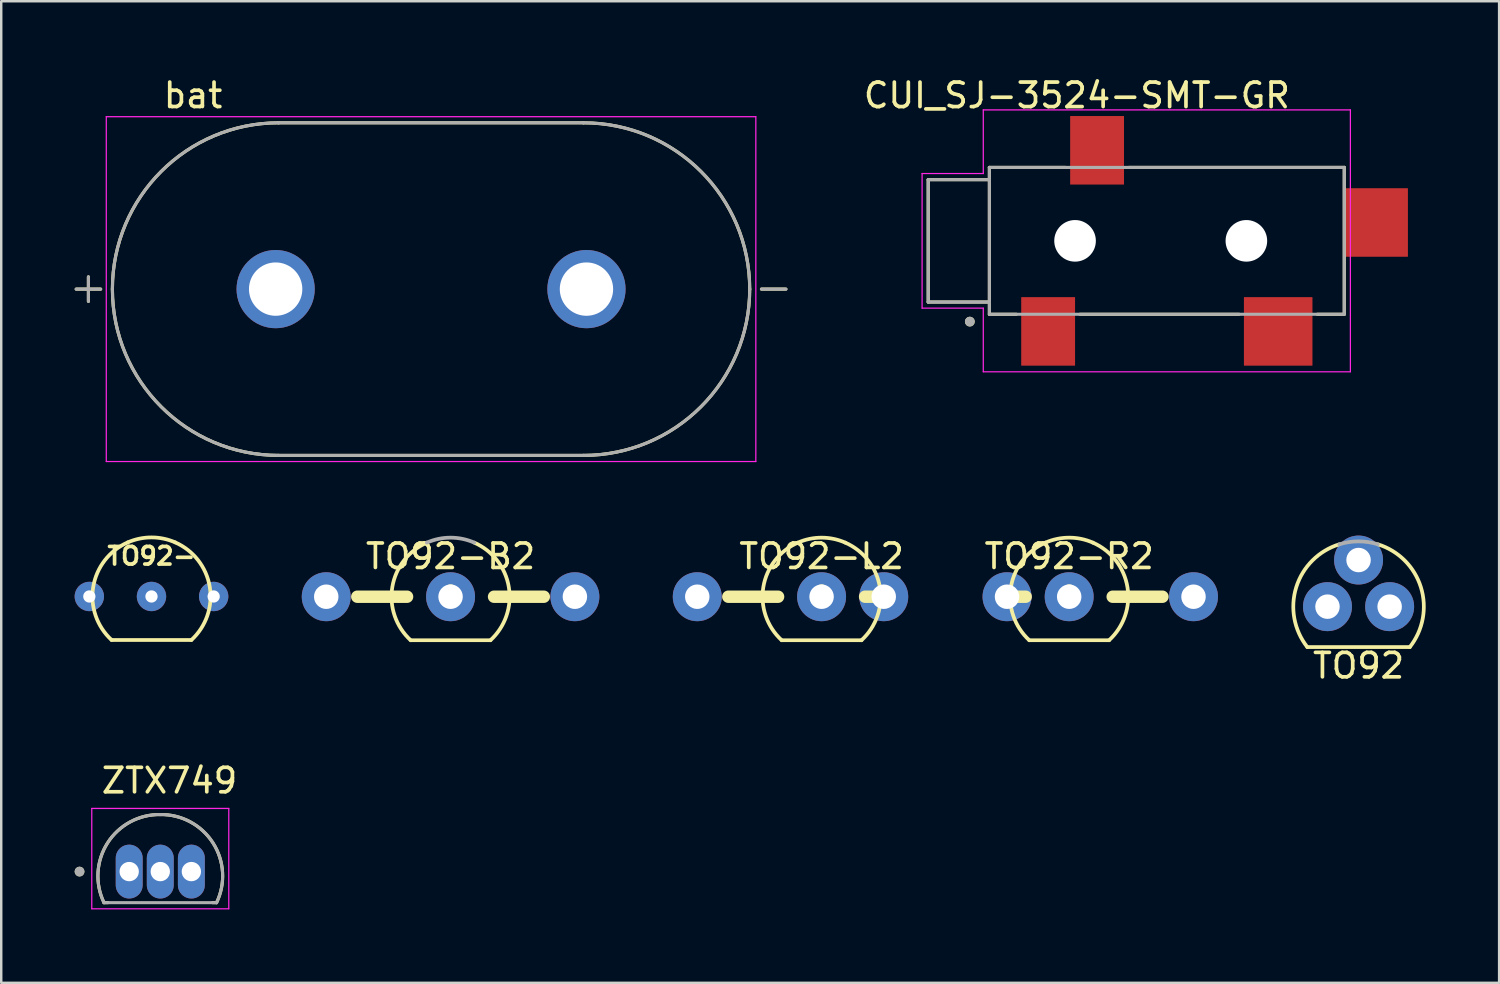
<source format=kicad_pcb>
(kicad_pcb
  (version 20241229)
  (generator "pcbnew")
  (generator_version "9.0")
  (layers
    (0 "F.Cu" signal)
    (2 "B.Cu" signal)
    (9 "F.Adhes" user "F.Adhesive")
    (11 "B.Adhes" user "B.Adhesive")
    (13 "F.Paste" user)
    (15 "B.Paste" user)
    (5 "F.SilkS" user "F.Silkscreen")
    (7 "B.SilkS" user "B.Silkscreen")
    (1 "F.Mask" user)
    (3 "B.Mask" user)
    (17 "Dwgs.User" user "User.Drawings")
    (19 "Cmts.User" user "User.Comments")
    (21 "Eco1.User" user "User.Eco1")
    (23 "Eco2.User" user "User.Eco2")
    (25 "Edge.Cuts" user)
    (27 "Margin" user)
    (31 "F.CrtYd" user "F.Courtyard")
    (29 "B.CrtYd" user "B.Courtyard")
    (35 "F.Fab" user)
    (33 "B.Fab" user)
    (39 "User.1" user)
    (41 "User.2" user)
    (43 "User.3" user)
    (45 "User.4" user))
  (footprint "ZTX749"
    (layer "F.Cu")
    (at 3.499 32.563)
    (property "Reference" "ZTX749" (at 0.376 -3.715 0) (layer "F.SilkS") (effects (font (size 1 1) (thickness 0.15))))
    (attr through_hole)
    (fp_line (start -2.3 1.27) (end -2.14 1.27) (stroke (width 0.127) (type solid)) (layer "F.SilkS"))
    (fp_line (start 2.14 1.27) (end 2.3 1.27) (stroke (width 0.127) (type solid)) (layer "F.SilkS"))
    (fp_arc (start -2.300001 1.27) (mid -2.153566 -1.171167) (end 0 -2.33) (stroke (width 0.127) (type solid)) (layer "F.SilkS"))
    (fp_arc (start 0 -2.33) (mid 2.153565 -1.171167) (end 2.300001 1.27) (stroke (width 0.127) (type solid)) (layer "F.SilkS"))
    (fp_circle (center -3.299 0) (end -3.199 0) (stroke (width 0.2) (type solid)) (fill no) (layer "F.SilkS"))
    (fp_line (start -2.799 -2.58) (end -2.799 1.52) (stroke (width 0.05) (type solid)) (layer "F.CrtYd"))
    (fp_line (start -2.799 1.52) (end 2.799 1.52) (stroke (width 0.05) (type solid)) (layer "F.CrtYd"))
    (fp_line (start 2.799 -2.58) (end -2.799 -2.58) (stroke (width 0.05) (type solid)) (layer "F.CrtYd"))
    (fp_line (start 2.799 1.52) (end 2.799 -2.58) (stroke (width 0.05) (type solid)) (layer "F.CrtYd"))
    (fp_line (start -2.3 1.27) (end 2.3 1.27) (stroke (width 0.127) (type solid)) (layer "F.Fab"))
    (fp_arc (start -2.300001 1.27) (mid -2.153566 -1.171167) (end 0 -2.33) (stroke (width 0.127) (type solid)) (layer "F.Fab"))
    (fp_arc (start 0 -2.33) (mid 2.153565 -1.171167) (end 2.300001 1.27) (stroke (width 0.127) (type solid)) (layer "F.Fab"))
    (fp_circle (center -3.299 0) (end -3.199 0) (stroke (width 0.2) (type solid)) (fill no) (layer "F.Fab"))
    (pad "1" thru_hole oval (at -1.27 0) (size 1.1 2.2) (drill 0.79) (layers "*.Cu" "*.Mask"))
    (pad "2" thru_hole oval (at 0 0) (size 1.1 2.2) (drill 0.79) (layers "*.Cu" "*.Mask"))
    (pad "3" thru_hole oval (at 1.27 0) (size 1.1 2.2) (drill 0.79) (layers "*.Cu" "*.Mask")))
  (footprint "TO92-"
    (layer "F.Cu")
    (at 3.14 21.322)
    (property "Reference" "TO92-" (at 0 -1.651 0) (layer "F.SilkS") (effects (font (size 0.72 0.72) (thickness 0.15))))
    (attr through_hole)
    (fp_line (start -1.631 1.778) (end 1.631 1.778) (stroke (width 0.152) (type solid)) (layer "F.SilkS"))
    (fp_arc (start -1.631001 1.778) (mid -2.380096 -0.395238) (end -0.9689 -2.2098) (stroke (width 0.1524) (type solid)) (layer "F.SilkS"))
    (fp_arc (start -0.9692 -2.2098) (mid 0 -2.412999) (end 0.9692 -2.2098) (stroke (width 0.1524) (type solid)) (layer "F.SilkS"))
    (fp_arc (start 0.9689 -2.209799) (mid 2.380094 -0.395238) (end 1.631 1.778) (stroke (width 0.1524) (type solid)) (layer "F.SilkS"))
    (pad "1" thru_hole circle (at 2.54 0) (size 1.2 1.2) (drill 0.5) (layers "*.Cu" "*.Mask"))
    (pad "2" thru_hole circle (at 0 0) (size 1.2 1.2) (drill 0.5) (layers "*.Cu" "*.Mask"))
    (pad "3" thru_hole circle (at -2.54 0) (size 1.2 1.2) (drill 0.5) (layers "*.Cu" "*.Mask")))
  (footprint "CUI_SJ-3524-SMT-GR"
    (layer "F.Cu")
    (at 40.877 6.791)
    (property "Reference" "CUI_SJ-3524-SMT-GR" (at 0.075 -5.942 0) (layer "F.SilkS") (effects (font (size 1.001 1.001) (thickness 0.15))))
    (attr smd)
    (fp_line (start -6 -2.5) (end -6 2.5) (stroke (width 0.127) (type solid)) (layer "F.SilkS"))
    (fp_line (start -6 2.5) (end -3.5 2.5) (stroke (width 0.127) (type solid)) (layer "F.SilkS"))
    (fp_line (start -3.5 -3) (end -0.4 -3) (stroke (width 0.127) (type solid)) (layer "F.SilkS"))
    (fp_line (start -3.5 -2.5) (end -6 -2.5) (stroke (width 0.127) (type solid)) (layer "F.SilkS"))
    (fp_line (start -3.5 -2.5) (end -3.5 -3) (stroke (width 0.127) (type solid)) (layer "F.SilkS"))
    (fp_line (start -3.5 2.5) (end -3.5 -2.5) (stroke (width 0.127) (type solid)) (layer "F.SilkS"))
    (fp_line (start -3.5 3) (end -3.5 2.5) (stroke (width 0.127) (type solid)) (layer "F.SilkS"))
    (fp_line (start -3.5 3) (end -2.4 3) (stroke (width 0.127) (type solid)) (layer "F.SilkS"))
    (fp_line (start 0.2 3) (end 6.7 3) (stroke (width 0.127) (type solid)) (layer "F.SilkS"))
    (fp_line (start 2.2 -3) (end 11 -3) (stroke (width 0.127) (type solid)) (layer "F.SilkS"))
    (fp_line (start 9.9 3) (end 11 3) (stroke (width 0.127) (type solid)) (layer "F.SilkS"))
    (fp_line (start 11 -3) (end 11 3) (stroke (width 0.127) (type solid)) (layer "F.SilkS"))
    (fp_circle (center -4.3 3.3) (end -4.2 3.3) (stroke (width 0.2) (type solid)) (fill no) (layer "F.SilkS"))
    (fp_line (start -6.25 -2.75) (end -6.25 2.75) (stroke (width 0.05) (type solid)) (layer "F.CrtYd"))
    (fp_line (start -6.25 2.75) (end -3.75 2.75) (stroke (width 0.05) (type solid)) (layer "F.CrtYd"))
    (fp_line (start -3.75 -5.35) (end -3.75 -2.75) (stroke (width 0.05) (type solid)) (layer "F.CrtYd"))
    (fp_line (start -3.75 -5.35) (end 11.25 -5.35) (stroke (width 0.05) (type solid)) (layer "F.CrtYd"))
    (fp_line (start -3.75 -2.75) (end -6.25 -2.75) (stroke (width 0.05) (type solid)) (layer "F.CrtYd"))
    (fp_line (start -3.75 2.75) (end -3.75 5.35) (stroke (width 0.05) (type solid)) (layer "F.CrtYd"))
    (fp_line (start 11.25 -5.35) (end 11.25 5.35) (stroke (width 0.05) (type solid)) (layer "F.CrtYd"))
    (fp_line (start 11.25 5.35) (end -3.75 5.35) (stroke (width 0.05) (type solid)) (layer "F.CrtYd"))
    (fp_line (start -6 -2.5) (end -6 2.5) (stroke (width 0.127) (type solid)) (layer "F.Fab"))
    (fp_line (start -6 2.5) (end -3.5 2.5) (stroke (width 0.127) (type solid)) (layer "F.Fab"))
    (fp_line (start -3.5 -3) (end 11 -3) (stroke (width 0.127) (type solid)) (layer "F.Fab"))
    (fp_line (start -3.5 -2.5) (end -6 -2.5) (stroke (width 0.127) (type solid)) (layer "F.Fab"))
    (fp_line (start -3.5 3) (end -3.5 -3) (stroke (width 0.127) (type solid)) (layer "F.Fab"))
    (fp_line (start 11 -3) (end 11 3) (stroke (width 0.127) (type solid)) (layer "F.Fab"))
    (fp_line (start 11 3) (end -3.5 3) (stroke (width 0.127) (type solid)) (layer "F.Fab"))
    (fp_circle (center -4.3 3.3) (end -4.2 3.3) (stroke (width 0.2) (type solid)) (fill no) (layer "F.Fab"))
    (pad "" np_thru_hole circle (at 0 0) (size 1.7 1.7) (drill 1.7) (layers "*.Cu" "*.Mask"))
    (pad "" np_thru_hole circle (at 7 0) (size 1.7 1.7) (drill 1.7) (layers "*.Cu" "*.Mask"))
    (pad "1" smd rect (at -1.1 3.7) (size 2.2 2.8) (layers "F.Cu" "F.Mask" "F.Paste"))
    (pad "2" smd rect (at 8.3 3.7) (size 2.8 2.8) (layers "F.Cu" "F.Mask" "F.Paste"))
    (pad "3" smd rect (at 0.9 -3.7) (size 2.2 2.8) (layers "F.Cu" "F.Mask" "F.Paste"))
    (pad "4" smd rect (at 12.3 -0.75) (size 2.6 2.8) (layers "F.Cu" "F.Mask" "F.Paste")))
  (footprint "TO92-L2"
    (layer "F.Cu")
    (at 30.52 21.332)
    (property "Reference" "TO92-L2" (at 0 -1.651 0) (layer "F.SilkS") (effects (font (size 1 1) (thickness 0.15))))
    (attr through_hole)
    (fp_line (start -3.81 0) (end -1.778 0) (stroke (width 0.508) (type solid)) (layer "F.SilkS"))
    (fp_line (start -1.631 1.778) (end 1.631 1.778) (stroke (width 0.152) (type solid)) (layer "F.SilkS"))
    (fp_line (start 0 0) (end 0 -0.254) (stroke (width 0.508) (type solid)) (layer "F.SilkS"))
    (fp_line (start 2.54 0) (end 1.778 0) (stroke (width 0.508) (type solid)) (layer "F.SilkS"))
    (fp_arc (start -1.631001 1.778) (mid -2.380096 -0.395238) (end -0.9689 -2.2098) (stroke (width 0.1524) (type solid)) (layer "F.SilkS"))
    (fp_arc (start -0.9692 -2.2098) (mid 0 -2.412999) (end 0.9692 -2.2098) (stroke (width 0.1524) (type solid)) (layer "F.SilkS"))
    (fp_arc (start 0.9689 -2.209799) (mid 2.380094 -0.395238) (end 1.631 1.778) (stroke (width 0.1524) (type solid)) (layer "F.SilkS"))
    (pad "1" thru_hole circle (at 2.54 0) (size 2 2) (drill 1) (layers "*.Cu" "*.Mask"))
    (pad "2" thru_hole circle (at 0 0) (size 2 2) (drill 1) (layers "*.Cu" "*.Mask"))
    (pad "3" thru_hole circle (at -5.08 0) (size 2 2) (drill 1) (layers "*.Cu" "*.Mask")))
  (footprint "TO92-R2"
    (layer "F.Cu")
    (at 40.637 21.332)
    (property "Reference" "TO92-R2" (at 0 -1.651 0) (layer "F.SilkS") (effects (font (size 1 1) (thickness 0.15))))
    (attr through_hole)
    (fp_line (start -2.54 0) (end -1.778 0) (stroke (width 0.508) (type solid)) (layer "F.SilkS"))
    (fp_line (start -1.631 1.778) (end 1.631 1.778) (stroke (width 0.152) (type solid)) (layer "F.SilkS"))
    (fp_line (start 0 0) (end 0 -0.254) (stroke (width 0.508) (type solid)) (layer "F.SilkS"))
    (fp_line (start 3.81 0) (end 1.778 0) (stroke (width 0.508) (type solid)) (layer "F.SilkS"))
    (fp_arc (start -1.631001 1.778) (mid -2.380096 -0.395238) (end -0.9689 -2.2098) (stroke (width 0.1524) (type solid)) (layer "F.SilkS"))
    (fp_arc (start -0.9692 -2.2098) (mid 0 -2.412999) (end 0.9692 -2.2098) (stroke (width 0.1524) (type solid)) (layer "F.SilkS"))
    (fp_arc (start 0.9689 -2.209799) (mid 2.380094 -0.395238) (end 1.631 1.778) (stroke (width 0.1524) (type solid)) (layer "F.SilkS"))
    (pad "1" thru_hole circle (at 5.08 0) (size 2 2) (drill 1) (layers "*.Cu" "*.Mask"))
    (pad "2" thru_hole circle (at 0 0) (size 2 2) (drill 1) (layers "*.Cu" "*.Mask"))
    (pad "3" thru_hole circle (at -2.54 0) (size 2 2) (drill 1) (layers "*.Cu" "*.Mask")))
  (footprint "TO92-B2"
    (layer "F.Cu")
    (at 15.36 21.332)
    (property "Reference" "TO92-B2" (at 0 -1.651 0) (layer "F.SilkS") (effects (font (size 1 1) (thickness 0.15))))
    (attr through_hole)
    (fp_line (start -3.81 0) (end -1.778 0) (stroke (width 0.508) (type solid)) (layer "F.SilkS"))
    (fp_line (start -1.631 1.778) (end 1.631 1.778) (stroke (width 0.152) (type solid)) (layer "F.SilkS"))
    (fp_line (start 0 0) (end 0 -0.254) (stroke (width 0.508) (type solid)) (layer "F.SilkS"))
    (fp_line (start 3.81 0) (end 1.778 0) (stroke (width 0.508) (type solid)) (layer "F.SilkS"))
    (fp_arc (start -1.631001 1.778) (mid -2.380096 -0.395238) (end -0.9689 -2.2098) (stroke (width 0.1524) (type solid)) (layer "F.SilkS"))
    (fp_arc (start 0.9689 -2.209799) (mid 2.380094 -0.395238) (end 1.631 1.778) (stroke (width 0.1524) (type solid)) (layer "F.SilkS"))
    (fp_arc (start -0.9692 -2.2098) (mid 0 -2.412999) (end 0.9692 -2.2098) (stroke (width 0.1524) (type solid)) (layer "F.Fab"))
    (pad "1" thru_hole circle (at 5.08 0) (size 2 2) (drill 1) (layers "*.Cu" "*.Mask"))
    (pad "2" thru_hole circle (at 0 0) (size 2 2) (drill 1) (layers "*.Cu" "*.Mask"))
    (pad "3" thru_hole circle (at -5.08 0) (size 2 2) (drill 1) (layers "*.Cu" "*.Mask")))
  (footprint "TO92"
    (layer "F.Cu")
    (at 52.461 21.738)
    (property "Reference" "TO92" (at 0 2.413 0) (layer "F.SilkS") (effects (font (size 1 1) (thickness 0.15))))
    (attr through_hole)
    (fp_line (start -2.095 1.651) (end 2.095 1.651) (stroke (width 0.152) (type solid)) (layer "F.SilkS"))
    (fp_arc (start -2.0946 1.651) (mid -2.54634 -0.793276) (end -0.7863 -2.5485) (stroke (width 0.1524) (type solid)) (layer "F.SilkS"))
    (fp_arc (start 0.786799 -2.5484) (mid 2.546775 -0.793203) (end 2.095 1.651) (stroke (width 0.1524) (type solid)) (layer "F.SilkS"))
    (fp_arc (start -0.7863 -2.5485) (mid 0 -2.667043) (end 0.7863 -2.5485) (stroke (width 0.1524) (type solid)) (layer "F.Fab"))
    (pad "1" thru_hole circle (at 1.27 0) (size 2 2) (drill 1) (layers "*.Cu" "*.Mask"))
    (pad "2" thru_hole circle (at 0 -1.905) (size 2 2) (drill 1) (layers "*.Cu" "*.Mask"))
    (pad "3" thru_hole circle (at -1.27 0) (size 2 2) (drill 1) (layers "*.Cu" "*.Mask")))
  (footprint "bat"
    (layer "F.Cu")
    (at 14.563 8.763)
    (property "Reference" "bat" (at -9.725 -7.915 0) (layer "F.SilkS") (effects (font (size 1 1) (thickness 0.15))))
    (attr through_hole)
    (fp_line (start -14.5 0) (end -13.5 0) (stroke (width 0.127) (type solid)) (layer "F.SilkS"))
    (fp_line (start -14 -0.5) (end -14 0.5) (stroke (width 0.127) (type solid)) (layer "F.SilkS"))
    (fp_line (start -6.225 -6.795) (end 6.225 -6.795) (stroke (width 0.127) (type solid)) (layer "F.SilkS"))
    (fp_line (start 6.225 6.795) (end -6.225 6.795) (stroke (width 0.127) (type solid)) (layer "F.SilkS"))
    (fp_line (start 13.5 0) (end 14.5 0) (stroke (width 0.127) (type solid)) (layer "F.SilkS"))
    (fp_arc (start -13.02 0) (mid -11.029791 -4.804791) (end -6.225 -6.795) (stroke (width 0.127) (type solid)) (layer "F.SilkS"))
    (fp_arc (start -6.225 6.795) (mid -11.029791 4.804791) (end -13.02 0) (stroke (width 0.127) (type solid)) (layer "F.SilkS"))
    (fp_arc (start 6.225 -6.795) (mid 11.029791 -4.804791) (end 13.02 0) (stroke (width 0.127) (type solid)) (layer "F.SilkS"))
    (fp_arc (start 13.02 0) (mid 11.029791 4.804791) (end 6.225 6.795) (stroke (width 0.127) (type solid)) (layer "F.SilkS"))
    (fp_line (start -13.27 -7.045) (end 13.27 -7.045) (stroke (width 0.05) (type solid)) (layer "F.CrtYd"))
    (fp_line (start -13.27 7.045) (end -13.27 -7.045) (stroke (width 0.05) (type solid)) (layer "F.CrtYd"))
    (fp_line (start 13.27 -7.045) (end 13.27 7.045) (stroke (width 0.05) (type solid)) (layer "F.CrtYd"))
    (fp_line (start 13.27 7.045) (end -13.27 7.045) (stroke (width 0.05) (type solid)) (layer "F.CrtYd"))
    (fp_line (start -14 -0.5) (end -14 0.5) (stroke (width 0.127) (type solid)) (layer "F.Fab"))
    (fp_line (start -13.5 0) (end -14.5 0) (stroke (width 0.127) (type solid)) (layer "F.Fab"))
    (fp_line (start -6.225 -6.795) (end 6.225 -6.795) (stroke (width 0.127) (type solid)) (layer "F.Fab"))
    (fp_line (start 6.225 6.795) (end -6.225 6.795) (stroke (width 0.127) (type solid)) (layer "F.Fab"))
    (fp_line (start 13.5 0) (end 14.5 0) (stroke (width 0.127) (type solid)) (layer "F.Fab"))
    (fp_arc (start -13.02 0) (mid -11.029791 -4.804791) (end -6.225 -6.795) (stroke (width 0.127) (type solid)) (layer "F.Fab"))
    (fp_arc (start -6.225 6.795) (mid -11.029791 4.804791) (end -13.02 0) (stroke (width 0.127) (type solid)) (layer "F.Fab"))
    (fp_arc (start 6.225 -6.795) (mid 11.029791 -4.804791) (end 13.02 0) (stroke (width 0.127) (type solid)) (layer "F.Fab"))
    (fp_arc (start 13.02 0) (mid 11.029791 4.804791) (end 6.225 6.795) (stroke (width 0.127) (type solid)) (layer "F.Fab"))
    (pad "N" thru_hole circle (at 6.35 0) (size 3.196 3.196) (drill 2.18) (layers "*.Cu" "*.Mask"))
    (pad "P" thru_hole circle (at -6.35 0) (size 3.196 3.196) (drill 2.18) (layers "*.Cu" "*.Mask")))
  (gr_rect
    (start -3 -3)
    (end 58.204 37.108)
    (stroke (width 0.1) (type default))
    (fill no)
    (layer "Edge.Cuts")))
</source>
